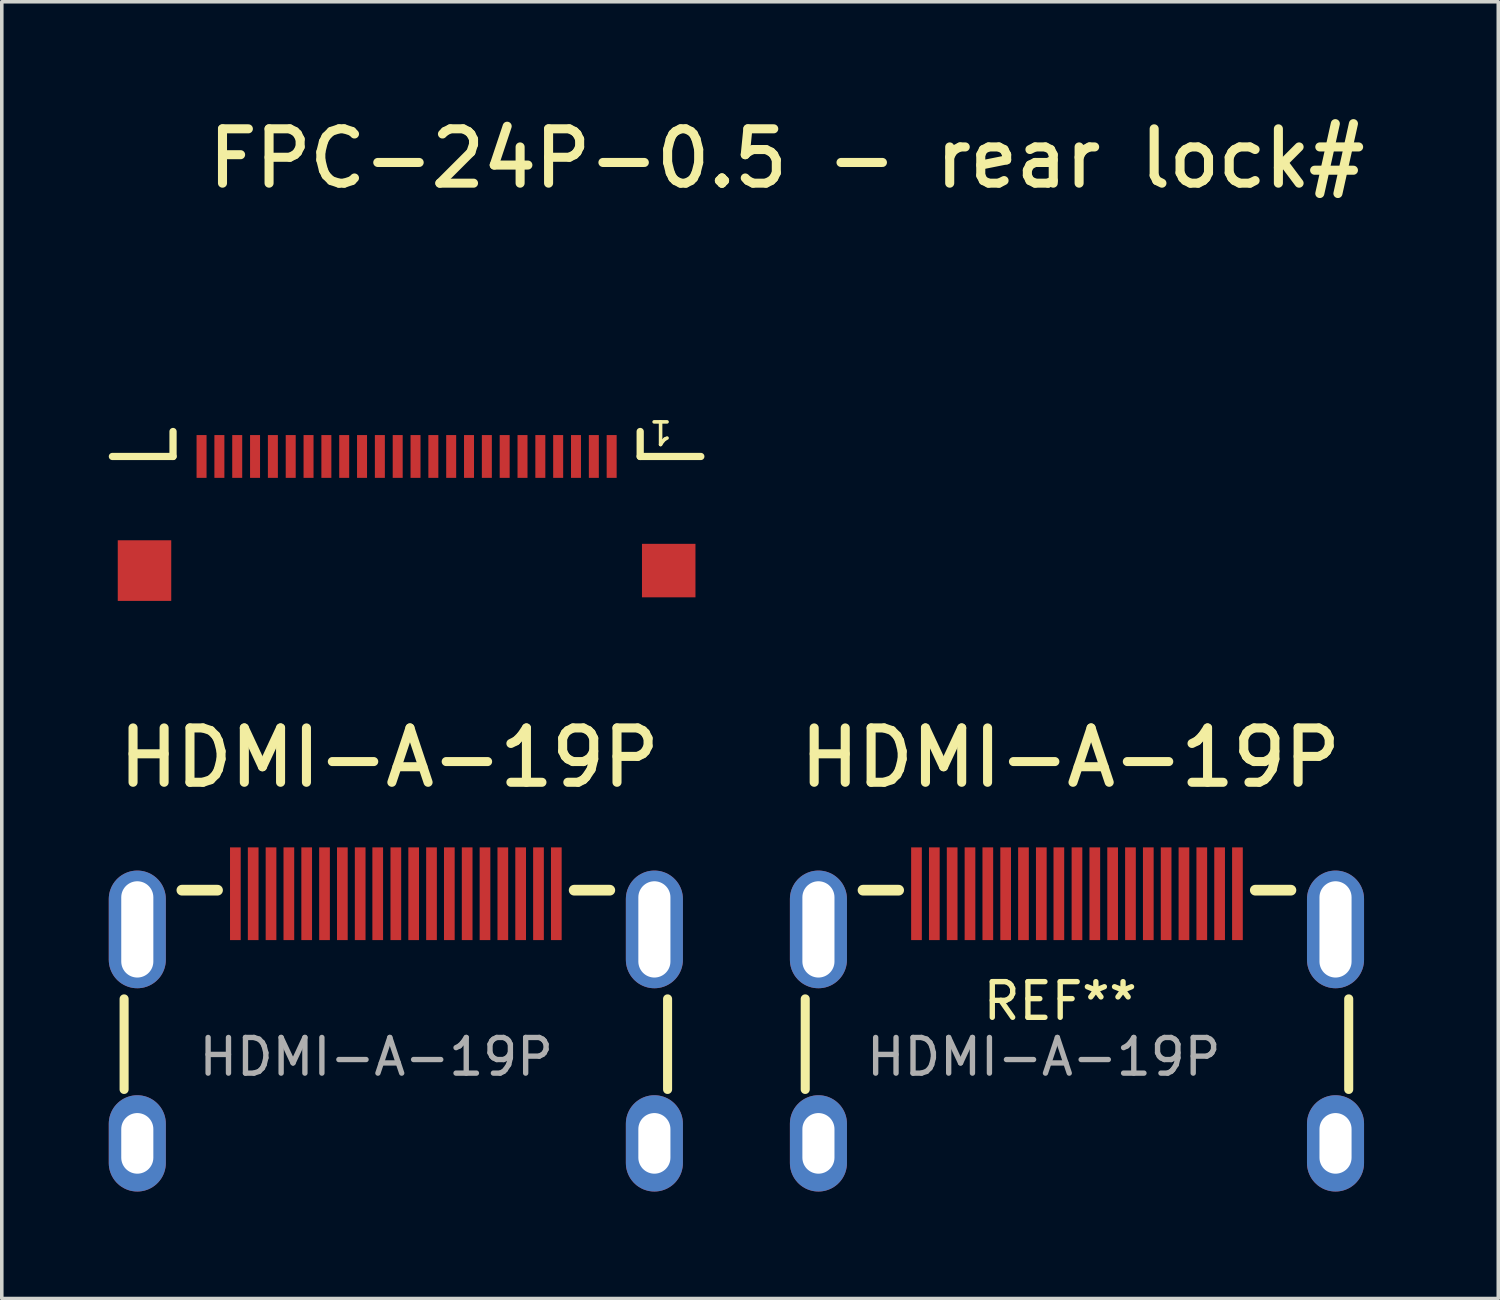
<source format=kicad_pcb>
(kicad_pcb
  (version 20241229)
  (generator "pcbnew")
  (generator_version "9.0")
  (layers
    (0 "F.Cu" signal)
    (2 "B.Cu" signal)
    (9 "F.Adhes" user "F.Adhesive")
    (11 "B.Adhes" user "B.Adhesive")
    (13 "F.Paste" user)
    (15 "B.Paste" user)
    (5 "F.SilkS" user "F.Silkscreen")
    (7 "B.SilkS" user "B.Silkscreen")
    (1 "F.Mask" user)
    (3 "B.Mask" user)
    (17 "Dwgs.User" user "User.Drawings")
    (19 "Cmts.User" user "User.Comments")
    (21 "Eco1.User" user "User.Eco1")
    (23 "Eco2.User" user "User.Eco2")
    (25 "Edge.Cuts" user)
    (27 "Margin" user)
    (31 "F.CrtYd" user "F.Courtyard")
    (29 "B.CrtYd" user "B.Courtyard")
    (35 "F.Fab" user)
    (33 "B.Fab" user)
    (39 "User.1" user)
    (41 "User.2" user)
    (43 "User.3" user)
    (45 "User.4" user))
  (footprint "HDMI-A-19P"
    (layer "F.Cu")
    (at 8.05 25.512)
    (property "Reference" "HDMI-A-19P" (at -7.899 -6.426 0) (unlocked yes) (layer "F.SilkS") (effects (font (size 1.524 1.524) (thickness 0.254)) (justify left bottom)))
    (fp_line (start -7.62 1.988) (end -7.62 -0.552) (stroke (width 0.254) (type solid)) (layer "F.SilkS"))
    (fp_line (start -6 -3.6) (end -5 -3.6) (stroke (width 0.3) (type solid)) (layer "F.SilkS"))
    (fp_line (start 5 -3.6) (end 6 -3.6) (stroke (width 0.3) (type solid)) (layer "F.SilkS"))
    (fp_line (start 7.62 1.988) (end 7.62 -0.552) (stroke (width 0.254) (type solid)) (layer "F.SilkS"))
    (fp_line (start -4.5 -3.5) (end -4.5 -5) (stroke (width 0.3) (type solid)) (layer "F.Paste"))
    (fp_line (start -4 -3.5) (end -4 -5) (stroke (width 0.3) (type solid)) (layer "F.Paste"))
    (fp_line (start -3.5 -3.5) (end -3.5 -5) (stroke (width 0.3) (type solid)) (layer "F.Paste"))
    (fp_line (start -3 -3.5) (end -3 -5) (stroke (width 0.3) (type solid)) (layer "F.Paste"))
    (fp_line (start -2.5 -3.5) (end -2.5 -5) (stroke (width 0.3) (type solid)) (layer "F.Paste"))
    (fp_line (start -2 -3.5) (end -2 -5) (stroke (width 0.3) (type solid)) (layer "F.Paste"))
    (fp_line (start -1.5 -3.5) (end -1.5 -5) (stroke (width 0.3) (type solid)) (layer "F.Paste"))
    (fp_line (start -1 -3.5) (end -1 -5) (stroke (width 0.3) (type solid)) (layer "F.Paste"))
    (fp_line (start -0.508 -3.5) (end -0.508 -5) (stroke (width 0.3) (type solid)) (layer "F.Paste"))
    (fp_line (start 0.002 -3.5) (end 0.002 -5) (stroke (width 0.3) (type solid)) (layer "F.Paste"))
    (fp_line (start 0.502 -3.5) (end 0.502 -5) (stroke (width 0.3) (type solid)) (layer "F.Paste"))
    (fp_line (start 1.002 -3.5) (end 1.002 -5) (stroke (width 0.3) (type solid)) (layer "F.Paste"))
    (fp_line (start 1.502 -3.5) (end 1.502 -5) (stroke (width 0.3) (type solid)) (layer "F.Paste"))
    (fp_line (start 2.002 -3.5) (end 2.002 -5) (stroke (width 0.3) (type solid)) (layer "F.Paste"))
    (fp_line (start 2.502 -3.5) (end 2.502 -5) (stroke (width 0.3) (type solid)) (layer "F.Paste"))
    (fp_line (start 3.002 -3.5) (end 3.002 -5) (stroke (width 0.3) (type solid)) (layer "F.Paste"))
    (fp_line (start 3.502 -3.5) (end 3.502 -5) (stroke (width 0.3) (type solid)) (layer "F.Paste"))
    (fp_line (start 4.002 -3.5) (end 4.002 -5) (stroke (width 0.3) (type solid)) (layer "F.Paste"))
    (fp_line (start 4.502 -3.5) (end 4.502 -5) (stroke (width 0.3) (type solid)) (layer "F.Paste"))
    (fp_line (start -7.7 -1.6) (end -7.7 -3.4) (stroke (width 0.254) (type solid)) (layer "User.1"))
    (fp_line (start -7.7 4.1) (end -7.7 2.9) (stroke (width 0.254) (type solid)) (layer "User.1"))
    (fp_line (start -6.8 -1.6) (end -6.8 -3.4) (stroke (width 0.254) (type solid)) (layer "User.1"))
    (fp_line (start -6.8 4.1) (end -6.8 2.9) (stroke (width 0.254) (type solid)) (layer "User.1"))
    (fp_line (start 6.8 4.1) (end 6.8 2.9) (stroke (width 0.254) (type solid)) (layer "User.1"))
    (fp_line (start 6.8 -1.6) (end 6.8 -3.4) (stroke (width 0.254) (type solid)) (layer "User.1"))
    (fp_line (start 7.7 -1.6) (end 7.7 -3.4) (stroke (width 0.254) (type solid)) (layer "User.1"))
    (fp_line (start 7.7 4.1) (end 7.7 2.9) (stroke (width 0.254) (type solid)) (layer "User.1"))
    (fp_arc (start -7.699984 -3.400006) (mid -7.249998 -3.849992) (end -6.800012 -3.400006) (stroke (width 0.254) (type solid)) (layer "User.1"))
    (fp_arc (start -7.699984 2.899981) (mid -7.249998 2.449995) (end -6.800012 2.899981) (stroke (width 0.254) (type solid)) (layer "User.1"))
    (fp_arc (start -6.800012 -1.60001) (mid -7.249998 -1.150024) (end -7.699984 -1.60001) (stroke (width 0.254) (type solid)) (layer "User.1"))
    (fp_arc (start -6.800012 4.100004) (mid -7.249998 4.54999) (end -7.699984 4.100004) (stroke (width 0.254) (type solid)) (layer "User.1"))
    (fp_arc (start 6.800012 -3.400006) (mid 7.249998 -3.849992) (end 7.699984 -3.400006) (stroke (width 0.254) (type solid)) (layer "User.1"))
    (fp_arc (start 6.800012 2.899981) (mid 7.249998 2.449995) (end 7.699984 2.899981) (stroke (width 0.254) (type solid)) (layer "User.1"))
    (fp_arc (start 7.699984 -1.60001) (mid 7.249998 -1.150024) (end 6.800012 -1.60001) (stroke (width 0.254) (type solid)) (layer "User.1"))
    (fp_arc (start 7.699984 4.100004) (mid 7.249998 4.54999) (end 6.800012 4.100004) (stroke (width 0.254) (type solid)) (layer "User.1"))
    (fp_text user "${REFERENCE}" (at -0.55 1.075 0) (unlocked yes) (layer "F.Fab") (effects (font (size 1 1) (thickness 0.15))))
    (pad "1" smd rect (at 4.5 -3.5) (size 0.3 2.6) (layers "F.Cu" "F.Mask" "F.Paste"))
    (pad "2" smd rect (at 4 -3.5) (size 0.3 2.6) (layers "F.Cu" "F.Mask" "F.Paste"))
    (pad "3" smd rect (at 3.5 -3.5) (size 0.3 2.6) (layers "F.Cu" "F.Mask" "F.Paste"))
    (pad "4" smd rect (at 3 -3.5) (size 0.3 2.6) (layers "F.Cu" "F.Mask" "F.Paste"))
    (pad "5" smd rect (at 2.5 -3.5) (size 0.3 2.6) (layers "F.Cu" "F.Mask" "F.Paste"))
    (pad "6" smd rect (at 2 -3.5) (size 0.3 2.6) (layers "F.Cu" "F.Mask" "F.Paste"))
    (pad "7" smd rect (at 1.5 -3.5) (size 0.3 2.6) (layers "F.Cu" "F.Mask" "F.Paste"))
    (pad "8" smd rect (at 1 -3.5) (size 0.3 2.6) (layers "F.Cu" "F.Mask" "F.Paste"))
    (pad "9" smd rect (at 0.5 -3.5) (size 0.3 2.6) (layers "F.Cu" "F.Mask" "F.Paste"))
    (pad "10" smd rect (at 0 -3.5) (size 0.3 2.6) (layers "F.Cu" "F.Mask" "F.Paste"))
    (pad "11" smd rect (at -0.508 -3.5) (size 0.3 2.6) (layers "F.Cu" "F.Mask" "F.Paste"))
    (pad "12" smd rect (at -1 -3.5) (size 0.3 2.6) (layers "F.Cu" "F.Mask" "F.Paste"))
    (pad "13" smd rect (at -1.5 -3.5) (size 0.3 2.6) (layers "F.Cu" "F.Mask" "F.Paste"))
    (pad "14" smd rect (at -2 -3.5) (size 0.3 2.6) (layers "F.Cu" "F.Mask" "F.Paste"))
    (pad "15" smd rect (at -2.5 -3.5) (size 0.3 2.6) (layers "F.Cu" "F.Mask" "F.Paste"))
    (pad "16" smd rect (at -3 -3.5) (size 0.3 2.6) (layers "F.Cu" "F.Mask" "F.Paste"))
    (pad "17" smd rect (at -3.5 -3.5) (size 0.3 2.6) (layers "F.Cu" "F.Mask" "F.Paste"))
    (pad "18" smd rect (at -4 -3.5) (size 0.3 2.6) (layers "F.Cu" "F.Mask" "F.Paste"))
    (pad "19" smd rect (at -4.5 -3.5) (size 0.3 2.6) (layers "F.Cu" "F.Mask" "F.Paste"))
    (pad "SH" thru_hole oval (at -7.25 -2.5) (size 1.6 3.3) (drill oval 0.9 2.7) (layers "*.Cu" "*.Mask"))
    (pad "SH" thru_hole oval (at -7.25 3.5) (size 1.6 2.7) (drill oval 0.9 1.7) (layers "*.Cu" "*.Mask"))
    (pad "SH" thru_hole oval (at 7.25 -2.5) (size 1.6 3.3) (drill oval 0.9 2.7) (layers "*.Cu" "*.Mask"))
    (pad "SH" thru_hole oval (at 7.25 3.5) (size 1.6 2.7) (drill oval 0.9 1.7) (layers "*.Cu" "*.Mask")))
  (footprint "HDMI-A-19P "
    (layer "F.Cu")
    (at 27.15 25.512)
    (property "Reference" "HDMI-A-19P " (at -7.899 -6.426 0) (unlocked yes) (layer "F.SilkS") (effects (font (size 1.524 1.524) (thickness 0.254)) (justify left bottom)))
    (fp_line (start -7.62 1.988) (end -7.62 -0.552) (stroke (width 0.254) (type solid)) (layer "F.SilkS"))
    (fp_line (start -6 -3.6) (end -5 -3.6) (stroke (width 0.3) (type solid)) (layer "F.SilkS"))
    (fp_line (start 5 -3.6) (end 6 -3.6) (stroke (width 0.3) (type solid)) (layer "F.SilkS"))
    (fp_line (start 7.62 1.988) (end 7.62 -0.552) (stroke (width 0.254) (type solid)) (layer "F.SilkS"))
    (fp_line (start -4.5 -3.5) (end -4.5 -5) (stroke (width 0.3) (type solid)) (layer "F.Paste"))
    (fp_line (start -4 -3.5) (end -4 -5) (stroke (width 0.3) (type solid)) (layer "F.Paste"))
    (fp_line (start -3.5 -3.5) (end -3.5 -5) (stroke (width 0.3) (type solid)) (layer "F.Paste"))
    (fp_line (start -3 -3.5) (end -3 -5) (stroke (width 0.3) (type solid)) (layer "F.Paste"))
    (fp_line (start -2.5 -3.5) (end -2.5 -5) (stroke (width 0.3) (type solid)) (layer "F.Paste"))
    (fp_line (start -2 -3.5) (end -2 -5) (stroke (width 0.3) (type solid)) (layer "F.Paste"))
    (fp_line (start -1.5 -3.5) (end -1.5 -5) (stroke (width 0.3) (type solid)) (layer "F.Paste"))
    (fp_line (start -1 -3.5) (end -1 -5) (stroke (width 0.3) (type solid)) (layer "F.Paste"))
    (fp_line (start -0.508 -3.5) (end -0.508 -5) (stroke (width 0.3) (type solid)) (layer "F.Paste"))
    (fp_line (start 0.002 -3.5) (end 0.002 -5) (stroke (width 0.3) (type solid)) (layer "F.Paste"))
    (fp_line (start 0.502 -3.5) (end 0.502 -5) (stroke (width 0.3) (type solid)) (layer "F.Paste"))
    (fp_line (start 1.002 -3.5) (end 1.002 -5) (stroke (width 0.3) (type solid)) (layer "F.Paste"))
    (fp_line (start 1.502 -3.5) (end 1.502 -5) (stroke (width 0.3) (type solid)) (layer "F.Paste"))
    (fp_line (start 2.002 -3.5) (end 2.002 -5) (stroke (width 0.3) (type solid)) (layer "F.Paste"))
    (fp_line (start 2.502 -3.5) (end 2.502 -5) (stroke (width 0.3) (type solid)) (layer "F.Paste"))
    (fp_line (start 3.002 -3.5) (end 3.002 -5) (stroke (width 0.3) (type solid)) (layer "F.Paste"))
    (fp_line (start 3.502 -3.5) (end 3.502 -5) (stroke (width 0.3) (type solid)) (layer "F.Paste"))
    (fp_line (start 4.002 -3.5) (end 4.002 -5) (stroke (width 0.3) (type solid)) (layer "F.Paste"))
    (fp_line (start 4.502 -3.5) (end 4.502 -5) (stroke (width 0.3) (type solid)) (layer "F.Paste"))
    (fp_line (start -7.7 -1.6) (end -7.7 -3.4) (stroke (width 0.254) (type solid)) (layer "User.1"))
    (fp_line (start -7.7 4.1) (end -7.7 2.9) (stroke (width 0.254) (type solid)) (layer "User.1"))
    (fp_line (start -6.8 -1.6) (end -6.8 -3.4) (stroke (width 0.254) (type solid)) (layer "User.1"))
    (fp_line (start -6.8 4.1) (end -6.8 2.9) (stroke (width 0.254) (type solid)) (layer "User.1"))
    (fp_line (start 6.8 4.1) (end 6.8 2.9) (stroke (width 0.254) (type solid)) (layer "User.1"))
    (fp_line (start 6.8 -1.6) (end 6.8 -3.4) (stroke (width 0.254) (type solid)) (layer "User.1"))
    (fp_line (start 7.7 -1.6) (end 7.7 -3.4) (stroke (width 0.254) (type solid)) (layer "User.1"))
    (fp_line (start 7.7 4.1) (end 7.7 2.9) (stroke (width 0.254) (type solid)) (layer "User.1"))
    (fp_arc (start -7.699984 -3.400006) (mid -7.249998 -3.849992) (end -6.800012 -3.400006) (stroke (width 0.254) (type solid)) (layer "User.1"))
    (fp_arc (start -7.699984 2.899981) (mid -7.249998 2.449995) (end -6.800012 2.899981) (stroke (width 0.254) (type solid)) (layer "User.1"))
    (fp_arc (start -6.800012 -1.60001) (mid -7.249998 -1.150024) (end -7.699984 -1.60001) (stroke (width 0.254) (type solid)) (layer "User.1"))
    (fp_arc (start -6.800012 4.100004) (mid -7.249998 4.54999) (end -7.699984 4.100004) (stroke (width 0.254) (type solid)) (layer "User.1"))
    (fp_arc (start 6.800012 -3.400006) (mid 7.249998 -3.849992) (end 7.699984 -3.400006) (stroke (width 0.254) (type solid)) (layer "User.1"))
    (fp_arc (start 6.800012 2.899981) (mid 7.249998 2.449995) (end 7.699984 2.899981) (stroke (width 0.254) (type solid)) (layer "User.1"))
    (fp_arc (start 7.699984 -1.60001) (mid 7.249998 -1.150024) (end 6.800012 -1.60001) (stroke (width 0.254) (type solid)) (layer "User.1"))
    (fp_arc (start 7.699984 4.100004) (mid 7.249998 4.54999) (end 6.800012 4.100004) (stroke (width 0.254) (type solid)) (layer "User.1"))
    (fp_text user "REF**" (at -0.47 -0.49 0) (unlocked yes) (layer "F.SilkS") (effects (font (size 1 1) (thickness 0.15))))
    (fp_text user "${REFERENCE}" (at -0.55 1.075 0) (unlocked yes) (layer "F.Fab") (effects (font (size 1 1) (thickness 0.15))))
    (pad "1" smd rect (at 4.5 -3.5) (size 0.3 2.6) (layers "F.Cu" "F.Mask" "F.Paste"))
    (pad "2" smd rect (at 4 -3.5) (size 0.3 2.6) (layers "F.Cu" "F.Mask" "F.Paste"))
    (pad "3" smd rect (at 3.5 -3.5) (size 0.3 2.6) (layers "F.Cu" "F.Mask" "F.Paste"))
    (pad "4" smd rect (at 3 -3.5) (size 0.3 2.6) (layers "F.Cu" "F.Mask" "F.Paste"))
    (pad "5" smd rect (at 2.5 -3.5) (size 0.3 2.6) (layers "F.Cu" "F.Mask" "F.Paste"))
    (pad "6" smd rect (at 2 -3.5) (size 0.3 2.6) (layers "F.Cu" "F.Mask" "F.Paste"))
    (pad "7" smd rect (at 1.5 -3.5) (size 0.3 2.6) (layers "F.Cu" "F.Mask" "F.Paste"))
    (pad "8" smd rect (at 1 -3.5) (size 0.3 2.6) (layers "F.Cu" "F.Mask" "F.Paste"))
    (pad "9" smd rect (at 0.5 -3.5) (size 0.3 2.6) (layers "F.Cu" "F.Mask" "F.Paste"))
    (pad "10" smd rect (at 0 -3.5) (size 0.3 2.6) (layers "F.Cu" "F.Mask" "F.Paste"))
    (pad "11" smd rect (at -0.508 -3.5) (size 0.3 2.6) (layers "F.Cu" "F.Mask" "F.Paste"))
    (pad "12" smd rect (at -1 -3.5) (size 0.3 2.6) (layers "F.Cu" "F.Mask" "F.Paste"))
    (pad "13" smd rect (at -1.5 -3.5) (size 0.3 2.6) (layers "F.Cu" "F.Mask" "F.Paste"))
    (pad "14" smd rect (at -2 -3.5) (size 0.3 2.6) (layers "F.Cu" "F.Mask" "F.Paste"))
    (pad "15" smd rect (at -2.5 -3.5) (size 0.3 2.6) (layers "F.Cu" "F.Mask" "F.Paste"))
    (pad "16" smd rect (at -3 -3.5) (size 0.3 2.6) (layers "F.Cu" "F.Mask" "F.Paste"))
    (pad "17" smd rect (at -3.5 -3.5) (size 0.3 2.6) (layers "F.Cu" "F.Mask" "F.Paste"))
    (pad "18" smd rect (at -4 -3.5) (size 0.3 2.6) (layers "F.Cu" "F.Mask" "F.Paste"))
    (pad "19" smd rect (at -4.5 -3.5) (size 0.3 2.6) (layers "F.Cu" "F.Mask" "F.Paste"))
    (pad "SH" thru_hole oval (at -7.25 -2.5) (size 1.6 3.3) (drill oval 0.9 2.7) (layers "*.Cu" "*.Mask"))
    (pad "SH" thru_hole oval (at -7.25 3.5) (size 1.6 2.7) (drill oval 0.9 1.7) (layers "*.Cu" "*.Mask"))
    (pad "SH" thru_hole oval (at 7.25 -2.5) (size 1.6 3.3) (drill oval 0.9 2.7) (layers "*.Cu" "*.Mask"))
    (pad "SH" thru_hole oval (at 7.25 3.5) (size 1.6 2.7) (drill oval 0.9 1.7) (layers "*.Cu" "*.Mask")))
  (footprint "FPC-24P-0.5 - rear lock#"
    (layer "F.Cu")
    (at 8.352 9.167)
    (property "Reference" "FPC-24P-0.5 - rear lock#" (at -5.693 -6.881 0) (unlocked yes) (layer "F.SilkS") (effects (font (size 1.524 1.524) (thickness 0.254)) (justify left bottom)))
    (fp_line (start -8.25 0.583) (end -6.55 0.583) (stroke (width 0.203) (type solid)) (layer "F.SilkS"))
    (fp_line (start -6.55 0.583) (end -6.55 -0.117) (stroke (width 0.203) (type solid)) (layer "F.SilkS"))
    (fp_line (start 6.55 0.583) (end 6.55 -0.117) (stroke (width 0.203) (type solid)) (layer "F.SilkS"))
    (fp_line (start 6.55 0.583) (end 8.25 0.583) (stroke (width 0.203) (type solid)) (layer "F.SilkS"))
    (fp_text user "1" (at 7.49 -0.47 180) (unlocked yes) (layer "F.SilkS") (effects (font (size 0.635 0.635) (thickness 0.1) (bold yes)) (justify left bottom)))
    (pad "1" smd rect (at 5.75 0.583 180) (size 0.28 1.2) (layers "F.Cu" "F.Mask" "F.Paste"))
    (pad "2" smd rect (at 5.25 0.583 180) (size 0.28 1.2) (layers "F.Cu" "F.Mask" "F.Paste"))
    (pad "3" smd rect (at 4.75 0.583 180) (size 0.28 1.2) (layers "F.Cu" "F.Mask" "F.Paste"))
    (pad "4" smd rect (at 4.25 0.583 180) (size 0.28 1.2) (layers "F.Cu" "F.Mask" "F.Paste"))
    (pad "5" smd rect (at 3.75 0.583 180) (size 0.28 1.2) (layers "F.Cu" "F.Mask" "F.Paste"))
    (pad "6" smd rect (at 3.25 0.583 180) (size 0.28 1.2) (layers "F.Cu" "F.Mask" "F.Paste"))
    (pad "7" smd rect (at 2.75 0.583 180) (size 0.28 1.2) (layers "F.Cu" "F.Mask" "F.Paste"))
    (pad "8" smd rect (at 2.25 0.583 180) (size 0.28 1.2) (layers "F.Cu" "F.Mask" "F.Paste"))
    (pad "9" smd rect (at 1.75 0.583 180) (size 0.28 1.2) (layers "F.Cu" "F.Mask" "F.Paste"))
    (pad "10" smd rect (at 1.25 0.583 180) (size 0.28 1.2) (layers "F.Cu" "F.Mask" "F.Paste"))
    (pad "11" smd rect (at 0.75 0.583 180) (size 0.28 1.2) (layers "F.Cu" "F.Mask" "F.Paste"))
    (pad "12" smd rect (at 0.25 0.583 180) (size 0.28 1.2) (layers "F.Cu" "F.Mask" "F.Paste"))
    (pad "13" smd rect (at -0.25 0.583 180) (size 0.28 1.2) (layers "F.Cu" "F.Mask" "F.Paste"))
    (pad "14" smd rect (at -0.75 0.583 180) (size 0.28 1.2) (layers "F.Cu" "F.Mask" "F.Paste"))
    (pad "15" smd rect (at -1.25 0.583 180) (size 0.28 1.2) (layers "F.Cu" "F.Mask" "F.Paste"))
    (pad "16" smd rect (at -1.75 0.583 180) (size 0.28 1.2) (layers "F.Cu" "F.Mask" "F.Paste"))
    (pad "17" smd rect (at -2.25 0.583 180) (size 0.28 1.2) (layers "F.Cu" "F.Mask" "F.Paste"))
    (pad "18" smd rect (at -2.75 0.583 180) (size 0.28 1.2) (layers "F.Cu" "F.Mask" "F.Paste"))
    (pad "19" smd rect (at -3.25 0.583) (size 0.28 1.2) (layers "F.Cu" "F.Mask" "F.Paste"))
    (pad "20" smd rect (at -3.75 0.583) (size 0.28 1.2) (layers "F.Cu" "F.Mask" "F.Paste"))
    (pad "21" smd rect (at -4.25 0.583) (size 0.28 1.2) (layers "F.Cu" "F.Mask" "F.Paste"))
    (pad "22" smd rect (at -4.75 0.583) (size 0.28 1.2) (layers "F.Cu" "F.Mask" "F.Paste"))
    (pad "23" smd rect (at -5.25 0.583) (size 0.28 1.2) (layers "F.Cu" "F.Mask" "F.Paste"))
    (pad "24" smd rect (at -5.75 0.583) (size 0.28 1.2) (layers "F.Cu" "F.Mask" "F.Paste"))
    (pad "25" smd rect (at -7.35 3.783) (size 1.5 1.7) (layers "F.Cu" "F.Mask" "F.Paste"))
    (pad "26" smd rect (at 7.35 3.783) (size 1.5 1.5) (layers "F.Cu" "F.Mask" "F.Paste")))
  (gr_rect
    (start -3 -3)
    (end 38.964 33.362)
    (stroke (width 0.1) (type default))
    (fill no)
    (layer "Edge.Cuts")))
</source>
